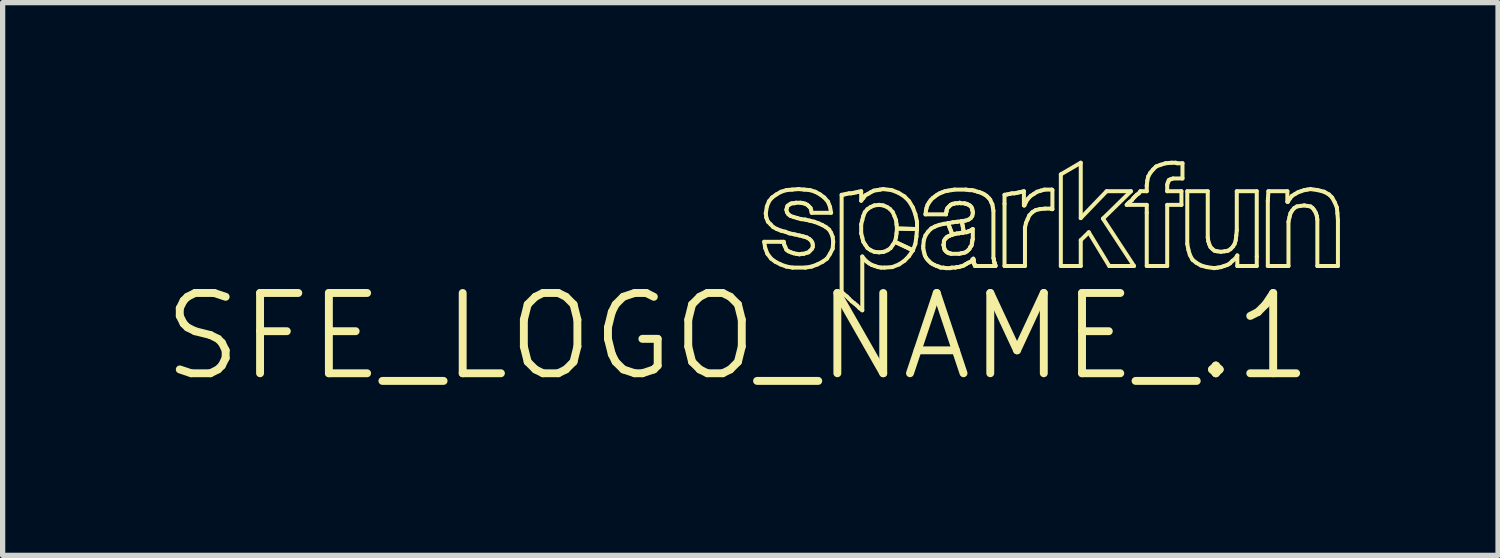
<source format=kicad_pcb>
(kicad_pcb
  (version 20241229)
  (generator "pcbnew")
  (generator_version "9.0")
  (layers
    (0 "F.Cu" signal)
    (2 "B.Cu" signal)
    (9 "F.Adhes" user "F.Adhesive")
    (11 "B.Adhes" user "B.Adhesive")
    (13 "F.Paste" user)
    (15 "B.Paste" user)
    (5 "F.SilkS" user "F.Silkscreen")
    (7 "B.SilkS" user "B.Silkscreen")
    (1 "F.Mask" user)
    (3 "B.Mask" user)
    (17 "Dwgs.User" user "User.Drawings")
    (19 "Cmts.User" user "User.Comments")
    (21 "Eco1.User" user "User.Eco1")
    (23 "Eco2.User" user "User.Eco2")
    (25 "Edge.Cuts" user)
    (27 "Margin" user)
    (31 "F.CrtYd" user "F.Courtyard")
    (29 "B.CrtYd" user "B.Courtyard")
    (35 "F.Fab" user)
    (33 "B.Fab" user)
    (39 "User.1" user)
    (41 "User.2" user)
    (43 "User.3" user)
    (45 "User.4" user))
  (footprint "SFE_LOGO_NAME_.1"
    (layer "F.Cu")
    (at 10.958 3.338)
    (property "Reference" "SFE_LOGO_NAME_.1" (at 0 0 0) (layer "F.SilkS") (effects (font (size 1.524 1.524) (thickness 0.15))))
    (attr exclude_from_pos_files exclude_from_bom)
    (fp_line (start 0.498 -1.798) (end 0.818 -1.798) (stroke (width 0.076) (type solid)) (layer "F.SilkS"))
    (fp_line (start 0.518 -1.679) (end 0.498 -1.798) (stroke (width 0.076) (type solid)) (layer "F.SilkS"))
    (fp_line (start 0.528 -2.339) (end 0.549 -2.469) (stroke (width 0.076) (type solid)) (layer "F.SilkS"))
    (fp_line (start 0.538 -2.258) (end 0.528 -2.339) (stroke (width 0.076) (type solid)) (layer "F.SilkS"))
    (fp_line (start 0.549 -2.469) (end 0.589 -2.568) (stroke (width 0.076) (type solid)) (layer "F.SilkS"))
    (fp_line (start 0.559 -1.57) (end 0.518 -1.679) (stroke (width 0.076) (type solid)) (layer "F.SilkS"))
    (fp_line (start 0.569 -2.179) (end 0.538 -2.258) (stroke (width 0.076) (type solid)) (layer "F.SilkS"))
    (fp_line (start 0.589 -2.568) (end 0.648 -2.639) (stroke (width 0.076) (type solid)) (layer "F.SilkS"))
    (fp_line (start 0.62 -2.129) (end 0.569 -2.179) (stroke (width 0.076) (type solid)) (layer "F.SilkS"))
    (fp_line (start 0.63 -1.478) (end 0.559 -1.57) (stroke (width 0.076) (type solid)) (layer "F.SilkS"))
    (fp_line (start 0.648 -2.639) (end 0.729 -2.697) (stroke (width 0.076) (type solid)) (layer "F.SilkS"))
    (fp_line (start 0.668 -2.078) (end 0.62 -2.129) (stroke (width 0.076) (type solid)) (layer "F.SilkS"))
    (fp_line (start 0.709 -1.42) (end 0.63 -1.478) (stroke (width 0.076) (type solid)) (layer "F.SilkS"))
    (fp_line (start 0.729 -2.697) (end 0.818 -2.748) (stroke (width 0.076) (type solid)) (layer "F.SilkS"))
    (fp_line (start 0.739 -2.04) (end 0.668 -2.078) (stroke (width 0.076) (type solid)) (layer "F.SilkS"))
    (fp_line (start 0.808 -1.369) (end 0.709 -1.42) (stroke (width 0.076) (type solid)) (layer "F.SilkS"))
    (fp_line (start 0.818 -2.748) (end 0.919 -2.779) (stroke (width 0.076) (type solid)) (layer "F.SilkS"))
    (fp_line (start 0.818 -2.009) (end 0.739 -2.04) (stroke (width 0.076) (type solid)) (layer "F.SilkS"))
    (fp_line (start 0.818 -1.798) (end 0.869 -1.798) (stroke (width 0.076) (type solid)) (layer "F.SilkS"))
    (fp_line (start 0.869 -1.798) (end 0.879 -1.74) (stroke (width 0.076) (type solid)) (layer "F.SilkS"))
    (fp_line (start 0.879 -1.74) (end 0.899 -1.699) (stroke (width 0.076) (type solid)) (layer "F.SilkS"))
    (fp_line (start 0.899 -1.989) (end 0.818 -2.009) (stroke (width 0.076) (type solid)) (layer "F.SilkS"))
    (fp_line (start 0.899 -1.699) (end 0.919 -1.648) (stroke (width 0.076) (type solid)) (layer "F.SilkS"))
    (fp_line (start 0.919 -2.779) (end 1.029 -2.789) (stroke (width 0.076) (type solid)) (layer "F.SilkS"))
    (fp_line (start 0.919 -2.408) (end 0.93 -2.36) (stroke (width 0.076) (type solid)) (layer "F.SilkS"))
    (fp_line (start 0.919 -1.648) (end 0.958 -1.618) (stroke (width 0.076) (type solid)) (layer "F.SilkS"))
    (fp_line (start 0.919 -1.328) (end 0.808 -1.369) (stroke (width 0.076) (type solid)) (layer "F.SilkS"))
    (fp_line (start 0.93 -2.449) (end 0.919 -2.408) (stroke (width 0.076) (type solid)) (layer "F.SilkS"))
    (fp_line (start 0.93 -2.36) (end 0.958 -2.319) (stroke (width 0.076) (type solid)) (layer "F.SilkS"))
    (fp_line (start 0.94 -2.479) (end 0.93 -2.449) (stroke (width 0.076) (type solid)) (layer "F.SilkS"))
    (fp_line (start 0.958 -2.319) (end 0.998 -2.289) (stroke (width 0.076) (type solid)) (layer "F.SilkS"))
    (fp_line (start 0.958 -1.618) (end 1.008 -1.598) (stroke (width 0.076) (type solid)) (layer "F.SilkS"))
    (fp_line (start 0.968 -2.499) (end 0.94 -2.479) (stroke (width 0.076) (type solid)) (layer "F.SilkS"))
    (fp_line (start 0.978 -1.958) (end 0.899 -1.989) (stroke (width 0.076) (type solid)) (layer "F.SilkS"))
    (fp_line (start 0.998 -2.52) (end 0.968 -2.499) (stroke (width 0.076) (type solid)) (layer "F.SilkS"))
    (fp_line (start 0.998 -2.289) (end 1.059 -2.268) (stroke (width 0.076) (type solid)) (layer "F.SilkS"))
    (fp_line (start 1.008 -1.598) (end 1.059 -1.58) (stroke (width 0.076) (type solid)) (layer "F.SilkS"))
    (fp_line (start 1.029 -2.789) (end 1.148 -2.799) (stroke (width 0.076) (type solid)) (layer "F.SilkS"))
    (fp_line (start 1.029 -2.53) (end 0.998 -2.52) (stroke (width 0.076) (type solid)) (layer "F.SilkS"))
    (fp_line (start 1.039 -1.308) (end 0.919 -1.328) (stroke (width 0.076) (type solid)) (layer "F.SilkS"))
    (fp_line (start 1.059 -2.268) (end 1.128 -2.248) (stroke (width 0.076) (type solid)) (layer "F.SilkS"))
    (fp_line (start 1.059 -1.58) (end 1.11 -1.57) (stroke (width 0.076) (type solid)) (layer "F.SilkS"))
    (fp_line (start 1.069 -2.53) (end 1.029 -2.53) (stroke (width 0.076) (type solid)) (layer "F.SilkS"))
    (fp_line (start 1.079 -1.938) (end 0.978 -1.958) (stroke (width 0.076) (type solid)) (layer "F.SilkS"))
    (fp_line (start 1.1 -2.54) (end 1.069 -2.53) (stroke (width 0.076) (type solid)) (layer "F.SilkS"))
    (fp_line (start 1.11 -1.57) (end 1.168 -1.56) (stroke (width 0.076) (type solid)) (layer "F.SilkS"))
    (fp_line (start 1.128 -2.248) (end 1.199 -2.228) (stroke (width 0.076) (type solid)) (layer "F.SilkS"))
    (fp_line (start 1.148 -2.799) (end 1.26 -2.789) (stroke (width 0.076) (type solid)) (layer "F.SilkS"))
    (fp_line (start 1.168 -1.918) (end 1.079 -1.938) (stroke (width 0.076) (type solid)) (layer "F.SilkS"))
    (fp_line (start 1.168 -1.56) (end 1.209 -1.57) (stroke (width 0.076) (type solid)) (layer "F.SilkS"))
    (fp_line (start 1.189 -2.54) (end 1.1 -2.54) (stroke (width 0.076) (type solid)) (layer "F.SilkS"))
    (fp_line (start 1.199 -2.228) (end 1.278 -2.22) (stroke (width 0.076) (type solid)) (layer "F.SilkS"))
    (fp_line (start 1.209 -1.57) (end 1.25 -1.57) (stroke (width 0.076) (type solid)) (layer "F.SilkS"))
    (fp_line (start 1.24 -2.53) (end 1.189 -2.54) (stroke (width 0.076) (type solid)) (layer "F.SilkS"))
    (fp_line (start 1.24 -1.9) (end 1.168 -1.918) (stroke (width 0.076) (type solid)) (layer "F.SilkS"))
    (fp_line (start 1.25 -1.57) (end 1.298 -1.587) (stroke (width 0.076) (type solid)) (layer "F.SilkS"))
    (fp_line (start 1.26 -2.789) (end 1.369 -2.779) (stroke (width 0.076) (type solid)) (layer "F.SilkS"))
    (fp_line (start 1.278 -2.52) (end 1.24 -2.53) (stroke (width 0.076) (type solid)) (layer "F.SilkS"))
    (fp_line (start 1.278 -2.22) (end 1.359 -2.2) (stroke (width 0.076) (type solid)) (layer "F.SilkS"))
    (fp_line (start 1.278 -1.308) (end 1.039 -1.308) (stroke (width 0.076) (type solid)) (layer "F.SilkS"))
    (fp_line (start 1.298 -1.587) (end 1.339 -1.598) (stroke (width 0.076) (type solid)) (layer "F.SilkS"))
    (fp_line (start 1.308 -1.88) (end 1.24 -1.9) (stroke (width 0.076) (type solid)) (layer "F.SilkS"))
    (fp_line (start 1.318 -2.499) (end 1.278 -2.52) (stroke (width 0.076) (type solid)) (layer "F.SilkS"))
    (fp_line (start 1.339 -1.598) (end 1.369 -1.628) (stroke (width 0.076) (type solid)) (layer "F.SilkS"))
    (fp_line (start 1.349 -2.469) (end 1.318 -2.499) (stroke (width 0.076) (type solid)) (layer "F.SilkS"))
    (fp_line (start 1.359 -2.2) (end 1.448 -2.179) (stroke (width 0.076) (type solid)) (layer "F.SilkS"))
    (fp_line (start 1.359 -1.849) (end 1.308 -1.88) (stroke (width 0.076) (type solid)) (layer "F.SilkS"))
    (fp_line (start 1.369 -2.779) (end 1.468 -2.748) (stroke (width 0.076) (type solid)) (layer "F.SilkS"))
    (fp_line (start 1.369 -1.628) (end 1.4 -1.659) (stroke (width 0.076) (type solid)) (layer "F.SilkS"))
    (fp_line (start 1.379 -2.438) (end 1.349 -2.469) (stroke (width 0.076) (type solid)) (layer "F.SilkS"))
    (fp_line (start 1.389 -2.398) (end 1.379 -2.438) (stroke (width 0.076) (type solid)) (layer "F.SilkS"))
    (fp_line (start 1.389 -1.819) (end 1.359 -1.849) (stroke (width 0.076) (type solid)) (layer "F.SilkS"))
    (fp_line (start 1.4 -2.349) (end 1.389 -2.398) (stroke (width 0.076) (type solid)) (layer "F.SilkS"))
    (fp_line (start 1.4 -1.659) (end 1.42 -1.699) (stroke (width 0.076) (type solid)) (layer "F.SilkS"))
    (fp_line (start 1.4 -1.328) (end 1.278 -1.308) (stroke (width 0.076) (type solid)) (layer "F.SilkS"))
    (fp_line (start 1.41 -1.788) (end 1.389 -1.819) (stroke (width 0.076) (type solid)) (layer "F.SilkS"))
    (fp_line (start 1.42 -1.748) (end 1.41 -1.788) (stroke (width 0.076) (type solid)) (layer "F.SilkS"))
    (fp_line (start 1.42 -1.699) (end 1.42 -1.748) (stroke (width 0.076) (type solid)) (layer "F.SilkS"))
    (fp_line (start 1.448 -2.179) (end 1.529 -2.149) (stroke (width 0.076) (type solid)) (layer "F.SilkS"))
    (fp_line (start 1.468 -2.748) (end 1.56 -2.697) (stroke (width 0.076) (type solid)) (layer "F.SilkS"))
    (fp_line (start 1.509 -1.369) (end 1.4 -1.328) (stroke (width 0.076) (type solid)) (layer "F.SilkS"))
    (fp_line (start 1.529 -2.149) (end 1.598 -2.118) (stroke (width 0.076) (type solid)) (layer "F.SilkS"))
    (fp_line (start 1.56 -2.697) (end 1.638 -2.639) (stroke (width 0.076) (type solid)) (layer "F.SilkS"))
    (fp_line (start 1.598 -2.118) (end 1.669 -2.078) (stroke (width 0.076) (type solid)) (layer "F.SilkS"))
    (fp_line (start 1.608 -1.42) (end 1.509 -1.369) (stroke (width 0.076) (type solid)) (layer "F.SilkS"))
    (fp_line (start 1.638 -2.639) (end 1.709 -2.558) (stroke (width 0.076) (type solid)) (layer "F.SilkS"))
    (fp_line (start 1.669 -2.078) (end 1.73 -2.029) (stroke (width 0.076) (type solid)) (layer "F.SilkS"))
    (fp_line (start 1.689 -1.478) (end 1.608 -1.42) (stroke (width 0.076) (type solid)) (layer "F.SilkS"))
    (fp_line (start 1.709 -2.558) (end 1.748 -2.459) (stroke (width 0.076) (type solid)) (layer "F.SilkS"))
    (fp_line (start 1.73 -2.029) (end 1.768 -1.968) (stroke (width 0.076) (type solid)) (layer "F.SilkS"))
    (fp_line (start 1.748 -2.459) (end 1.768 -2.349) (stroke (width 0.076) (type solid)) (layer "F.SilkS"))
    (fp_line (start 1.748 -1.57) (end 1.689 -1.478) (stroke (width 0.076) (type solid)) (layer "F.SilkS"))
    (fp_line (start 1.768 -2.349) (end 1.4 -2.349) (stroke (width 0.076) (type solid)) (layer "F.SilkS"))
    (fp_line (start 1.768 -1.968) (end 1.798 -1.89) (stroke (width 0.076) (type solid)) (layer "F.SilkS"))
    (fp_line (start 1.798 -1.89) (end 1.808 -1.798) (stroke (width 0.076) (type solid)) (layer "F.SilkS"))
    (fp_line (start 1.798 -1.669) (end 1.748 -1.57) (stroke (width 0.076) (type solid)) (layer "F.SilkS"))
    (fp_line (start 1.808 -1.798) (end 1.798 -1.669) (stroke (width 0.076) (type solid)) (layer "F.SilkS"))
    (fp_line (start 1.968 -2.69) (end 2.019 -2.697) (stroke (width 0.076) (type solid)) (layer "F.SilkS"))
    (fp_line (start 1.968 -0.848) (end 1.968 -2.69) (stroke (width 0.076) (type solid)) (layer "F.SilkS"))
    (fp_line (start 2.019 -2.697) (end 2.06 -2.708) (stroke (width 0.076) (type solid)) (layer "F.SilkS"))
    (fp_line (start 2.019 -0.798) (end 1.968 -0.848) (stroke (width 0.076) (type solid)) (layer "F.SilkS"))
    (fp_line (start 2.06 -2.708) (end 2.108 -2.718) (stroke (width 0.076) (type solid)) (layer "F.SilkS"))
    (fp_line (start 2.068 -0.759) (end 2.019 -0.798) (stroke (width 0.076) (type solid)) (layer "F.SilkS"))
    (fp_line (start 2.108 -2.718) (end 2.149 -2.718) (stroke (width 0.076) (type solid)) (layer "F.SilkS"))
    (fp_line (start 2.108 -0.719) (end 2.068 -0.759) (stroke (width 0.076) (type solid)) (layer "F.SilkS"))
    (fp_line (start 2.149 -2.718) (end 2.2 -2.728) (stroke (width 0.076) (type solid)) (layer "F.SilkS"))
    (fp_line (start 2.159 -0.668) (end 2.108 -0.719) (stroke (width 0.076) (type solid)) (layer "F.SilkS"))
    (fp_line (start 2.2 -2.728) (end 2.248 -2.738) (stroke (width 0.076) (type solid)) (layer "F.SilkS"))
    (fp_line (start 2.21 -0.63) (end 2.159 -0.668) (stroke (width 0.076) (type solid)) (layer "F.SilkS"))
    (fp_line (start 2.248 -2.738) (end 2.289 -2.748) (stroke (width 0.076) (type solid)) (layer "F.SilkS"))
    (fp_line (start 2.258 -0.589) (end 2.21 -0.63) (stroke (width 0.076) (type solid)) (layer "F.SilkS"))
    (fp_line (start 2.289 -2.748) (end 2.339 -2.758) (stroke (width 0.076) (type solid)) (layer "F.SilkS"))
    (fp_line (start 2.309 -0.538) (end 2.258 -0.589) (stroke (width 0.076) (type solid)) (layer "F.SilkS"))
    (fp_line (start 2.339 -2.758) (end 2.339 -2.578) (stroke (width 0.076) (type solid)) (layer "F.SilkS"))
    (fp_line (start 2.339 -2.578) (end 2.38 -2.629) (stroke (width 0.076) (type solid)) (layer "F.SilkS"))
    (fp_line (start 2.339 -2.129) (end 2.339 -1.958) (stroke (width 0.076) (type solid)) (layer "F.SilkS"))
    (fp_line (start 2.339 -1.958) (end 2.36 -1.88) (stroke (width 0.076) (type solid)) (layer "F.SilkS"))
    (fp_line (start 2.36 -2.21) (end 2.339 -2.129) (stroke (width 0.076) (type solid)) (layer "F.SilkS"))
    (fp_line (start 2.36 -1.88) (end 2.38 -1.798) (stroke (width 0.076) (type solid)) (layer "F.SilkS"))
    (fp_line (start 2.36 -1.519) (end 2.36 -0.498) (stroke (width 0.076) (type solid)) (layer "F.SilkS"))
    (fp_line (start 2.36 -0.498) (end 2.309 -0.538) (stroke (width 0.076) (type solid)) (layer "F.SilkS"))
    (fp_line (start 2.38 -2.629) (end 2.418 -2.68) (stroke (width 0.076) (type solid)) (layer "F.SilkS"))
    (fp_line (start 2.38 -2.289) (end 2.36 -2.21) (stroke (width 0.076) (type solid)) (layer "F.SilkS"))
    (fp_line (start 2.38 -1.798) (end 2.418 -1.74) (stroke (width 0.076) (type solid)) (layer "F.SilkS"))
    (fp_line (start 2.398 -1.468) (end 2.36 -1.519) (stroke (width 0.076) (type solid)) (layer "F.SilkS"))
    (fp_line (start 2.408 -2.36) (end 2.38 -2.289) (stroke (width 0.076) (type solid)) (layer "F.SilkS"))
    (fp_line (start 2.418 -2.68) (end 2.469 -2.708) (stroke (width 0.076) (type solid)) (layer "F.SilkS"))
    (fp_line (start 2.418 -1.74) (end 2.459 -1.679) (stroke (width 0.076) (type solid)) (layer "F.SilkS"))
    (fp_line (start 2.438 -1.427) (end 2.398 -1.468) (stroke (width 0.076) (type solid)) (layer "F.SilkS"))
    (fp_line (start 2.459 -2.418) (end 2.408 -2.36) (stroke (width 0.076) (type solid)) (layer "F.SilkS"))
    (fp_line (start 2.459 -1.679) (end 2.52 -1.638) (stroke (width 0.076) (type solid)) (layer "F.SilkS"))
    (fp_line (start 2.469 -2.708) (end 2.52 -2.738) (stroke (width 0.076) (type solid)) (layer "F.SilkS"))
    (fp_line (start 2.489 -1.389) (end 2.438 -1.427) (stroke (width 0.076) (type solid)) (layer "F.SilkS"))
    (fp_line (start 2.52 -2.738) (end 2.578 -2.769) (stroke (width 0.076) (type solid)) (layer "F.SilkS"))
    (fp_line (start 2.52 -2.459) (end 2.459 -2.418) (stroke (width 0.076) (type solid)) (layer "F.SilkS"))
    (fp_line (start 2.52 -1.638) (end 2.588 -1.608) (stroke (width 0.076) (type solid)) (layer "F.SilkS"))
    (fp_line (start 2.54 -1.359) (end 2.489 -1.389) (stroke (width 0.076) (type solid)) (layer "F.SilkS"))
    (fp_line (start 2.578 -2.769) (end 2.639 -2.779) (stroke (width 0.076) (type solid)) (layer "F.SilkS"))
    (fp_line (start 2.588 -2.489) (end 2.52 -2.459) (stroke (width 0.076) (type solid)) (layer "F.SilkS"))
    (fp_line (start 2.588 -1.608) (end 2.68 -1.598) (stroke (width 0.076) (type solid)) (layer "F.SilkS"))
    (fp_line (start 2.598 -1.339) (end 2.54 -1.359) (stroke (width 0.076) (type solid)) (layer "F.SilkS"))
    (fp_line (start 2.639 -2.779) (end 2.697 -2.789) (stroke (width 0.076) (type solid)) (layer "F.SilkS"))
    (fp_line (start 2.659 -1.318) (end 2.598 -1.339) (stroke (width 0.076) (type solid)) (layer "F.SilkS"))
    (fp_line (start 2.68 -2.499) (end 2.588 -2.489) (stroke (width 0.076) (type solid)) (layer "F.SilkS"))
    (fp_line (start 2.68 -1.598) (end 2.769 -1.608) (stroke (width 0.076) (type solid)) (layer "F.SilkS"))
    (fp_line (start 2.697 -2.789) (end 2.758 -2.799) (stroke (width 0.076) (type solid)) (layer "F.SilkS"))
    (fp_line (start 2.718 -1.308) (end 2.659 -1.318) (stroke (width 0.076) (type solid)) (layer "F.SilkS"))
    (fp_line (start 2.758 -2.799) (end 2.918 -2.779) (stroke (width 0.076) (type solid)) (layer "F.SilkS"))
    (fp_line (start 2.758 -2.489) (end 2.68 -2.499) (stroke (width 0.076) (type solid)) (layer "F.SilkS"))
    (fp_line (start 2.769 -1.608) (end 2.84 -1.638) (stroke (width 0.076) (type solid)) (layer "F.SilkS"))
    (fp_line (start 2.779 -1.308) (end 2.718 -1.308) (stroke (width 0.076) (type solid)) (layer "F.SilkS"))
    (fp_line (start 2.83 -2.459) (end 2.758 -2.489) (stroke (width 0.076) (type solid)) (layer "F.SilkS"))
    (fp_line (start 2.84 -1.638) (end 2.898 -1.679) (stroke (width 0.076) (type solid)) (layer "F.SilkS"))
    (fp_line (start 2.888 -2.418) (end 2.83 -2.459) (stroke (width 0.076) (type solid)) (layer "F.SilkS"))
    (fp_line (start 2.898 -1.679) (end 2.939 -1.74) (stroke (width 0.076) (type solid)) (layer "F.SilkS"))
    (fp_line (start 2.918 -2.779) (end 3.048 -2.728) (stroke (width 0.076) (type solid)) (layer "F.SilkS"))
    (fp_line (start 2.929 -1.318) (end 2.779 -1.308) (stroke (width 0.076) (type solid)) (layer "F.SilkS"))
    (fp_line (start 2.939 -2.36) (end 2.888 -2.418) (stroke (width 0.076) (type solid)) (layer "F.SilkS"))
    (fp_line (start 2.939 -1.74) (end 2.979 -1.798) (stroke (width 0.076) (type solid)) (layer "F.SilkS"))
    (fp_line (start 2.969 -2.289) (end 2.939 -2.36) (stroke (width 0.076) (type solid)) (layer "F.SilkS"))
    (fp_line (start 2.979 -1.798) (end 3 -1.88) (stroke (width 0.076) (type solid)) (layer "F.SilkS"))
    (fp_line (start 2.979 -1.798) (end 3.32 -1.638) (stroke (width 0.076) (type solid)) (layer "F.SilkS"))
    (fp_line (start 3 -2.21) (end 2.969 -2.289) (stroke (width 0.076) (type solid)) (layer "F.SilkS"))
    (fp_line (start 3 -1.88) (end 3.01 -1.958) (stroke (width 0.076) (type solid)) (layer "F.SilkS"))
    (fp_line (start 3.01 -2.129) (end 3 -2.21) (stroke (width 0.076) (type solid)) (layer "F.SilkS"))
    (fp_line (start 3.01 -1.958) (end 3.018 -2.05) (stroke (width 0.076) (type solid)) (layer "F.SilkS"))
    (fp_line (start 3.018 -2.05) (end 3.01 -2.129) (stroke (width 0.076) (type solid)) (layer "F.SilkS"))
    (fp_line (start 3.018 -2.05) (end 3.399 -2.04) (stroke (width 0.076) (type solid)) (layer "F.SilkS"))
    (fp_line (start 3.048 -2.728) (end 3.16 -2.659) (stroke (width 0.076) (type solid)) (layer "F.SilkS"))
    (fp_line (start 3.058 -1.369) (end 2.929 -1.318) (stroke (width 0.076) (type solid)) (layer "F.SilkS"))
    (fp_line (start 3.16 -2.659) (end 3.249 -2.568) (stroke (width 0.076) (type solid)) (layer "F.SilkS"))
    (fp_line (start 3.16 -1.438) (end 3.058 -1.369) (stroke (width 0.076) (type solid)) (layer "F.SilkS"))
    (fp_line (start 3.249 -2.568) (end 3.32 -2.449) (stroke (width 0.076) (type solid)) (layer "F.SilkS"))
    (fp_line (start 3.249 -1.529) (end 3.16 -1.438) (stroke (width 0.076) (type solid)) (layer "F.SilkS"))
    (fp_line (start 3.32 -2.449) (end 3.368 -2.319) (stroke (width 0.076) (type solid)) (layer "F.SilkS"))
    (fp_line (start 3.32 -1.638) (end 2.979 -1.798) (stroke (width 0.076) (type solid)) (layer "F.SilkS"))
    (fp_line (start 3.32 -1.638) (end 3.249 -1.529) (stroke (width 0.076) (type solid)) (layer "F.SilkS"))
    (fp_line (start 3.368 -2.319) (end 3.399 -2.179) (stroke (width 0.076) (type solid)) (layer "F.SilkS"))
    (fp_line (start 3.368 -1.758) (end 3.32 -1.638) (stroke (width 0.076) (type solid)) (layer "F.SilkS"))
    (fp_line (start 3.388 -1.9) (end 3.368 -1.758) (stroke (width 0.076) (type solid)) (layer "F.SilkS"))
    (fp_line (start 3.399 -2.179) (end 3.399 -2.04) (stroke (width 0.076) (type solid)) (layer "F.SilkS"))
    (fp_line (start 3.399 -2.04) (end 3.018 -2.05) (stroke (width 0.076) (type solid)) (layer "F.SilkS"))
    (fp_line (start 3.399 -2.04) (end 3.388 -1.9) (stroke (width 0.076) (type solid)) (layer "F.SilkS"))
    (fp_line (start 3.518 -1.72) (end 3.528 -1.829) (stroke (width 0.076) (type solid)) (layer "F.SilkS"))
    (fp_line (start 3.518 -1.669) (end 3.518 -1.72) (stroke (width 0.076) (type solid)) (layer "F.SilkS"))
    (fp_line (start 3.528 -1.829) (end 3.559 -1.918) (stroke (width 0.076) (type solid)) (layer "F.SilkS"))
    (fp_line (start 3.528 -1.618) (end 3.518 -1.669) (stroke (width 0.076) (type solid)) (layer "F.SilkS"))
    (fp_line (start 3.538 -1.58) (end 3.528 -1.618) (stroke (width 0.076) (type solid)) (layer "F.SilkS"))
    (fp_line (start 3.548 -1.539) (end 3.538 -1.58) (stroke (width 0.076) (type solid)) (layer "F.SilkS"))
    (fp_line (start 3.559 -2.319) (end 3.569 -2.388) (stroke (width 0.076) (type solid)) (layer "F.SilkS"))
    (fp_line (start 3.559 -1.918) (end 3.609 -1.989) (stroke (width 0.076) (type solid)) (layer "F.SilkS"))
    (fp_line (start 3.569 -2.388) (end 3.579 -2.438) (stroke (width 0.076) (type solid)) (layer "F.SilkS"))
    (fp_line (start 3.569 -1.499) (end 3.548 -1.539) (stroke (width 0.076) (type solid)) (layer "F.SilkS"))
    (fp_line (start 3.579 -2.438) (end 3.599 -2.499) (stroke (width 0.076) (type solid)) (layer "F.SilkS"))
    (fp_line (start 3.599 -2.499) (end 3.63 -2.548) (stroke (width 0.076) (type solid)) (layer "F.SilkS"))
    (fp_line (start 3.599 -1.458) (end 3.569 -1.499) (stroke (width 0.076) (type solid)) (layer "F.SilkS"))
    (fp_line (start 3.609 -1.989) (end 3.668 -2.05) (stroke (width 0.076) (type solid)) (layer "F.SilkS"))
    (fp_line (start 3.63 -2.548) (end 3.658 -2.588) (stroke (width 0.076) (type solid)) (layer "F.SilkS"))
    (fp_line (start 3.63 -1.427) (end 3.599 -1.458) (stroke (width 0.076) (type solid)) (layer "F.SilkS"))
    (fp_line (start 3.658 -2.588) (end 3.698 -2.629) (stroke (width 0.076) (type solid)) (layer "F.SilkS"))
    (fp_line (start 3.658 -1.4) (end 3.63 -1.427) (stroke (width 0.076) (type solid)) (layer "F.SilkS"))
    (fp_line (start 3.668 -2.05) (end 3.739 -2.088) (stroke (width 0.076) (type solid)) (layer "F.SilkS"))
    (fp_line (start 3.688 -1.379) (end 3.658 -1.4) (stroke (width 0.076) (type solid)) (layer "F.SilkS"))
    (fp_line (start 3.698 -2.629) (end 3.739 -2.659) (stroke (width 0.076) (type solid)) (layer "F.SilkS"))
    (fp_line (start 3.729 -1.359) (end 3.688 -1.379) (stroke (width 0.076) (type solid)) (layer "F.SilkS"))
    (fp_line (start 3.739 -2.659) (end 3.78 -2.69) (stroke (width 0.076) (type solid)) (layer "F.SilkS"))
    (fp_line (start 3.739 -2.088) (end 3.818 -2.118) (stroke (width 0.076) (type solid)) (layer "F.SilkS"))
    (fp_line (start 3.769 -1.339) (end 3.729 -1.359) (stroke (width 0.076) (type solid)) (layer "F.SilkS"))
    (fp_line (start 3.78 -2.69) (end 3.828 -2.718) (stroke (width 0.076) (type solid)) (layer "F.SilkS"))
    (fp_line (start 3.81 -1.328) (end 3.769 -1.339) (stroke (width 0.076) (type solid)) (layer "F.SilkS"))
    (fp_line (start 3.818 -2.118) (end 3.909 -2.139) (stroke (width 0.076) (type solid)) (layer "F.SilkS"))
    (fp_line (start 3.828 -2.718) (end 3.879 -2.738) (stroke (width 0.076) (type solid)) (layer "F.SilkS"))
    (fp_line (start 3.848 -1.308) (end 3.81 -1.328) (stroke (width 0.076) (type solid)) (layer "F.SilkS"))
    (fp_line (start 3.879 -2.738) (end 3.929 -2.758) (stroke (width 0.076) (type solid)) (layer "F.SilkS"))
    (fp_line (start 3.899 -1.74) (end 3.909 -1.72) (stroke (width 0.076) (type solid)) (layer "F.SilkS"))
    (fp_line (start 3.899 -1.308) (end 3.848 -1.308) (stroke (width 0.076) (type solid)) (layer "F.SilkS"))
    (fp_line (start 3.909 -2.139) (end 3.988 -2.149) (stroke (width 0.076) (type solid)) (layer "F.SilkS"))
    (fp_line (start 3.909 -1.808) (end 3.909 -1.768) (stroke (width 0.076) (type solid)) (layer "F.SilkS"))
    (fp_line (start 3.909 -1.768) (end 3.899 -1.74) (stroke (width 0.076) (type solid)) (layer "F.SilkS"))
    (fp_line (start 3.909 -1.72) (end 3.909 -1.699) (stroke (width 0.076) (type solid)) (layer "F.SilkS"))
    (fp_line (start 3.909 -1.699) (end 3.919 -1.669) (stroke (width 0.076) (type solid)) (layer "F.SilkS"))
    (fp_line (start 3.919 -1.829) (end 3.909 -1.808) (stroke (width 0.076) (type solid)) (layer "F.SilkS"))
    (fp_line (start 3.919 -1.669) (end 3.919 -1.659) (stroke (width 0.076) (type solid)) (layer "F.SilkS"))
    (fp_line (start 3.919 -1.659) (end 3.929 -1.638) (stroke (width 0.076) (type solid)) (layer "F.SilkS"))
    (fp_line (start 3.929 -2.758) (end 3.988 -2.769) (stroke (width 0.076) (type solid)) (layer "F.SilkS"))
    (fp_line (start 3.929 -1.849) (end 3.919 -1.829) (stroke (width 0.076) (type solid)) (layer "F.SilkS"))
    (fp_line (start 3.929 -1.638) (end 3.95 -1.618) (stroke (width 0.076) (type solid)) (layer "F.SilkS"))
    (fp_line (start 3.95 -2.349) (end 3.95 -2.319) (stroke (width 0.076) (type solid)) (layer "F.SilkS"))
    (fp_line (start 3.95 -2.319) (end 3.559 -2.319) (stroke (width 0.076) (type solid)) (layer "F.SilkS"))
    (fp_line (start 3.95 -1.869) (end 3.929 -1.849) (stroke (width 0.076) (type solid)) (layer "F.SilkS"))
    (fp_line (start 3.95 -1.618) (end 3.96 -1.608) (stroke (width 0.076) (type solid)) (layer "F.SilkS"))
    (fp_line (start 3.95 -1.298) (end 3.899 -1.308) (stroke (width 0.076) (type solid)) (layer "F.SilkS"))
    (fp_line (start 3.96 -2.398) (end 3.96 -2.37) (stroke (width 0.076) (type solid)) (layer "F.SilkS"))
    (fp_line (start 3.96 -2.37) (end 3.95 -2.349) (stroke (width 0.076) (type solid)) (layer "F.SilkS"))
    (fp_line (start 3.96 -1.88) (end 3.95 -1.869) (stroke (width 0.076) (type solid)) (layer "F.SilkS"))
    (fp_line (start 3.96 -1.608) (end 3.978 -1.598) (stroke (width 0.076) (type solid)) (layer "F.SilkS"))
    (fp_line (start 3.967 -2.418) (end 3.96 -2.398) (stroke (width 0.076) (type solid)) (layer "F.SilkS"))
    (fp_line (start 3.967 -1.89) (end 3.96 -1.88) (stroke (width 0.076) (type solid)) (layer "F.SilkS"))
    (fp_line (start 3.978 -2.438) (end 3.967 -2.418) (stroke (width 0.076) (type solid)) (layer "F.SilkS"))
    (fp_line (start 3.978 -1.598) (end 3.988 -1.587) (stroke (width 0.076) (type solid)) (layer "F.SilkS"))
    (fp_line (start 3.988 -2.769) (end 4.049 -2.779) (stroke (width 0.076) (type solid)) (layer "F.SilkS"))
    (fp_line (start 3.988 -2.149) (end 4.069 -1.938) (stroke (width 0.076) (type solid)) (layer "F.SilkS"))
    (fp_line (start 3.988 -2.149) (end 4.079 -2.169) (stroke (width 0.076) (type solid)) (layer "F.SilkS"))
    (fp_line (start 3.988 -1.9) (end 3.967 -1.89) (stroke (width 0.076) (type solid)) (layer "F.SilkS"))
    (fp_line (start 3.988 -1.587) (end 4.008 -1.58) (stroke (width 0.076) (type solid)) (layer "F.SilkS"))
    (fp_line (start 3.998 -2.459) (end 3.978 -2.438) (stroke (width 0.076) (type solid)) (layer "F.SilkS"))
    (fp_line (start 4.008 -2.469) (end 3.998 -2.459) (stroke (width 0.076) (type solid)) (layer "F.SilkS"))
    (fp_line (start 4.008 -1.908) (end 3.988 -1.9) (stroke (width 0.076) (type solid)) (layer "F.SilkS"))
    (fp_line (start 4.008 -1.58) (end 4.028 -1.58) (stroke (width 0.076) (type solid)) (layer "F.SilkS"))
    (fp_line (start 4.028 -2.489) (end 4.008 -2.469) (stroke (width 0.076) (type solid)) (layer "F.SilkS"))
    (fp_line (start 4.028 -1.918) (end 4.008 -1.908) (stroke (width 0.076) (type solid)) (layer "F.SilkS"))
    (fp_line (start 4.028 -1.58) (end 4.049 -1.57) (stroke (width 0.076) (type solid)) (layer "F.SilkS"))
    (fp_line (start 4.028 -1.298) (end 3.95 -1.298) (stroke (width 0.076) (type solid)) (layer "F.SilkS"))
    (fp_line (start 4.039 -2.499) (end 4.028 -2.489) (stroke (width 0.076) (type solid)) (layer "F.SilkS"))
    (fp_line (start 4.049 -2.779) (end 4.11 -2.789) (stroke (width 0.076) (type solid)) (layer "F.SilkS"))
    (fp_line (start 4.049 -1.928) (end 4.028 -1.918) (stroke (width 0.076) (type solid)) (layer "F.SilkS"))
    (fp_line (start 4.049 -1.57) (end 4.199 -1.57) (stroke (width 0.076) (type solid)) (layer "F.SilkS"))
    (fp_line (start 4.059 -2.51) (end 4.039 -2.499) (stroke (width 0.076) (type solid)) (layer "F.SilkS"))
    (fp_line (start 4.059 -1.308) (end 4.028 -1.298) (stroke (width 0.076) (type solid)) (layer "F.SilkS"))
    (fp_line (start 4.069 -1.938) (end 3.988 -2.149) (stroke (width 0.076) (type solid)) (layer "F.SilkS"))
    (fp_line (start 4.069 -1.938) (end 4.049 -1.928) (stroke (width 0.076) (type solid)) (layer "F.SilkS"))
    (fp_line (start 4.079 -2.52) (end 4.059 -2.51) (stroke (width 0.076) (type solid)) (layer "F.SilkS"))
    (fp_line (start 4.079 -2.169) (end 4.168 -2.179) (stroke (width 0.076) (type solid)) (layer "F.SilkS"))
    (fp_line (start 4.089 -1.938) (end 4.069 -1.938) (stroke (width 0.076) (type solid)) (layer "F.SilkS"))
    (fp_line (start 4.1 -2.52) (end 4.079 -2.52) (stroke (width 0.076) (type solid)) (layer "F.SilkS"))
    (fp_line (start 4.11 -2.789) (end 4.328 -2.789) (stroke (width 0.076) (type solid)) (layer "F.SilkS"))
    (fp_line (start 4.11 -1.948) (end 4.089 -1.938) (stroke (width 0.076) (type solid)) (layer "F.SilkS"))
    (fp_line (start 4.128 -2.53) (end 4.1 -2.52) (stroke (width 0.076) (type solid)) (layer "F.SilkS"))
    (fp_line (start 4.128 -1.948) (end 4.11 -1.948) (stroke (width 0.076) (type solid)) (layer "F.SilkS"))
    (fp_line (start 4.128 -1.308) (end 4.059 -1.308) (stroke (width 0.076) (type solid)) (layer "F.SilkS"))
    (fp_line (start 4.158 -1.958) (end 4.128 -1.948) (stroke (width 0.076) (type solid)) (layer "F.SilkS"))
    (fp_line (start 4.158 -1.318) (end 4.128 -1.308) (stroke (width 0.076) (type solid)) (layer "F.SilkS"))
    (fp_line (start 4.168 -2.179) (end 4.249 -2.189) (stroke (width 0.076) (type solid)) (layer "F.SilkS"))
    (fp_line (start 4.178 -2.53) (end 4.128 -2.53) (stroke (width 0.076) (type solid)) (layer "F.SilkS"))
    (fp_line (start 4.188 -1.318) (end 4.158 -1.318) (stroke (width 0.076) (type solid)) (layer "F.SilkS"))
    (fp_line (start 4.199 -1.958) (end 4.158 -1.958) (stroke (width 0.076) (type solid)) (layer "F.SilkS"))
    (fp_line (start 4.199 -1.57) (end 4.239 -1.58) (stroke (width 0.076) (type solid)) (layer "F.SilkS"))
    (fp_line (start 4.209 -2.54) (end 4.178 -2.53) (stroke (width 0.076) (type solid)) (layer "F.SilkS"))
    (fp_line (start 4.219 -1.328) (end 4.188 -1.318) (stroke (width 0.076) (type solid)) (layer "F.SilkS"))
    (fp_line (start 4.229 -2.53) (end 4.209 -2.54) (stroke (width 0.076) (type solid)) (layer "F.SilkS"))
    (fp_line (start 4.229 -1.968) (end 4.199 -1.958) (stroke (width 0.076) (type solid)) (layer "F.SilkS"))
    (fp_line (start 4.239 -1.58) (end 4.28 -1.587) (stroke (width 0.076) (type solid)) (layer "F.SilkS"))
    (fp_line (start 4.249 -2.189) (end 4.288 -1.979) (stroke (width 0.076) (type solid)) (layer "F.SilkS"))
    (fp_line (start 4.249 -2.189) (end 4.318 -2.2) (stroke (width 0.076) (type solid)) (layer "F.SilkS"))
    (fp_line (start 4.26 -1.339) (end 4.219 -1.328) (stroke (width 0.076) (type solid)) (layer "F.SilkS"))
    (fp_line (start 4.27 -1.968) (end 4.229 -1.968) (stroke (width 0.076) (type solid)) (layer "F.SilkS"))
    (fp_line (start 4.28 -1.587) (end 4.318 -1.598) (stroke (width 0.076) (type solid)) (layer "F.SilkS"))
    (fp_line (start 4.288 -1.979) (end 4.249 -2.189) (stroke (width 0.076) (type solid)) (layer "F.SilkS"))
    (fp_line (start 4.288 -1.979) (end 4.27 -1.968) (stroke (width 0.076) (type solid)) (layer "F.SilkS"))
    (fp_line (start 4.288 -1.349) (end 4.26 -1.339) (stroke (width 0.076) (type solid)) (layer "F.SilkS"))
    (fp_line (start 4.298 -2.53) (end 4.229 -2.53) (stroke (width 0.076) (type solid)) (layer "F.SilkS"))
    (fp_line (start 4.318 -2.52) (end 4.298 -2.53) (stroke (width 0.076) (type solid)) (layer "F.SilkS"))
    (fp_line (start 4.318 -2.2) (end 4.379 -2.22) (stroke (width 0.076) (type solid)) (layer "F.SilkS"))
    (fp_line (start 4.318 -1.598) (end 4.348 -1.618) (stroke (width 0.076) (type solid)) (layer "F.SilkS"))
    (fp_line (start 4.318 -1.369) (end 4.288 -1.349) (stroke (width 0.076) (type solid)) (layer "F.SilkS"))
    (fp_line (start 4.328 -2.789) (end 4.389 -2.779) (stroke (width 0.076) (type solid)) (layer "F.SilkS"))
    (fp_line (start 4.338 -2.52) (end 4.318 -2.52) (stroke (width 0.076) (type solid)) (layer "F.SilkS"))
    (fp_line (start 4.338 -1.979) (end 4.288 -1.979) (stroke (width 0.076) (type solid)) (layer "F.SilkS"))
    (fp_line (start 4.338 -1.379) (end 4.318 -1.369) (stroke (width 0.076) (type solid)) (layer "F.SilkS"))
    (fp_line (start 4.348 -1.618) (end 4.379 -1.648) (stroke (width 0.076) (type solid)) (layer "F.SilkS"))
    (fp_line (start 4.359 -2.51) (end 4.338 -2.52) (stroke (width 0.076) (type solid)) (layer "F.SilkS"))
    (fp_line (start 4.359 -1.989) (end 4.338 -1.979) (stroke (width 0.076) (type solid)) (layer "F.SilkS"))
    (fp_line (start 4.369 -1.4) (end 4.338 -1.379) (stroke (width 0.076) (type solid)) (layer "F.SilkS"))
    (fp_line (start 4.379 -2.499) (end 4.359 -2.51) (stroke (width 0.076) (type solid)) (layer "F.SilkS"))
    (fp_line (start 4.379 -2.22) (end 4.42 -2.248) (stroke (width 0.076) (type solid)) (layer "F.SilkS"))
    (fp_line (start 4.379 -1.999) (end 4.359 -1.989) (stroke (width 0.076) (type solid)) (layer "F.SilkS"))
    (fp_line (start 4.379 -1.648) (end 4.399 -1.669) (stroke (width 0.076) (type solid)) (layer "F.SilkS"))
    (fp_line (start 4.389 -2.779) (end 4.44 -2.779) (stroke (width 0.076) (type solid)) (layer "F.SilkS"))
    (fp_line (start 4.399 -2.489) (end 4.379 -2.499) (stroke (width 0.076) (type solid)) (layer "F.SilkS"))
    (fp_line (start 4.399 -1.999) (end 4.379 -1.999) (stroke (width 0.076) (type solid)) (layer "F.SilkS"))
    (fp_line (start 4.399 -1.669) (end 4.409 -1.699) (stroke (width 0.076) (type solid)) (layer "F.SilkS"))
    (fp_line (start 4.399 -1.41) (end 4.369 -1.4) (stroke (width 0.076) (type solid)) (layer "F.SilkS"))
    (fp_line (start 4.409 -2.479) (end 4.399 -2.489) (stroke (width 0.076) (type solid)) (layer "F.SilkS"))
    (fp_line (start 4.409 -2.009) (end 4.399 -1.999) (stroke (width 0.076) (type solid)) (layer "F.SilkS"))
    (fp_line (start 4.409 -1.699) (end 4.43 -1.72) (stroke (width 0.076) (type solid)) (layer "F.SilkS"))
    (fp_line (start 4.42 -2.248) (end 4.448 -2.289) (stroke (width 0.076) (type solid)) (layer "F.SilkS"))
    (fp_line (start 4.43 -2.459) (end 4.409 -2.479) (stroke (width 0.076) (type solid)) (layer "F.SilkS"))
    (fp_line (start 4.43 -2.019) (end 4.409 -2.009) (stroke (width 0.076) (type solid)) (layer "F.SilkS"))
    (fp_line (start 4.43 -1.72) (end 4.44 -1.748) (stroke (width 0.076) (type solid)) (layer "F.SilkS"))
    (fp_line (start 4.43 -1.427) (end 4.399 -1.41) (stroke (width 0.076) (type solid)) (layer "F.SilkS"))
    (fp_line (start 4.44 -2.779) (end 4.488 -2.769) (stroke (width 0.076) (type solid)) (layer "F.SilkS"))
    (fp_line (start 4.44 -2.438) (end 4.43 -2.459) (stroke (width 0.076) (type solid)) (layer "F.SilkS"))
    (fp_line (start 4.44 -2.029) (end 4.43 -2.019) (stroke (width 0.076) (type solid)) (layer "F.SilkS"))
    (fp_line (start 4.44 -1.778) (end 4.448 -1.798) (stroke (width 0.076) (type solid)) (layer "F.SilkS"))
    (fp_line (start 4.44 -1.748) (end 4.44 -1.778) (stroke (width 0.076) (type solid)) (layer "F.SilkS"))
    (fp_line (start 4.448 -2.418) (end 4.44 -2.438) (stroke (width 0.076) (type solid)) (layer "F.SilkS"))
    (fp_line (start 4.448 -2.398) (end 4.448 -2.418) (stroke (width 0.076) (type solid)) (layer "F.SilkS"))
    (fp_line (start 4.448 -2.289) (end 4.458 -2.339) (stroke (width 0.076) (type solid)) (layer "F.SilkS"))
    (fp_line (start 4.448 -1.829) (end 4.458 -1.849) (stroke (width 0.076) (type solid)) (layer "F.SilkS"))
    (fp_line (start 4.448 -1.798) (end 4.448 -1.829) (stroke (width 0.076) (type solid)) (layer "F.SilkS"))
    (fp_line (start 4.448 -1.458) (end 4.43 -1.427) (stroke (width 0.076) (type solid)) (layer "F.SilkS"))
    (fp_line (start 4.458 -2.37) (end 4.448 -2.398) (stroke (width 0.076) (type solid)) (layer "F.SilkS"))
    (fp_line (start 4.458 -2.339) (end 4.458 -2.37) (stroke (width 0.076) (type solid)) (layer "F.SilkS"))
    (fp_line (start 4.458 -2.04) (end 4.44 -2.029) (stroke (width 0.076) (type solid)) (layer "F.SilkS"))
    (fp_line (start 4.458 -1.849) (end 4.458 -2.04) (stroke (width 0.076) (type solid)) (layer "F.SilkS"))
    (fp_line (start 4.468 -1.478) (end 4.448 -1.458) (stroke (width 0.076) (type solid)) (layer "F.SilkS"))
    (fp_line (start 4.468 -1.458) (end 4.468 -1.478) (stroke (width 0.076) (type solid)) (layer "F.SilkS"))
    (fp_line (start 4.478 -1.448) (end 4.468 -1.458) (stroke (width 0.076) (type solid)) (layer "F.SilkS"))
    (fp_line (start 4.478 -1.389) (end 4.478 -1.448) (stroke (width 0.076) (type solid)) (layer "F.SilkS"))
    (fp_line (start 4.488 -2.769) (end 4.549 -2.748) (stroke (width 0.076) (type solid)) (layer "F.SilkS"))
    (fp_line (start 4.488 -1.379) (end 4.478 -1.389) (stroke (width 0.076) (type solid)) (layer "F.SilkS"))
    (fp_line (start 4.488 -1.369) (end 4.488 -1.379) (stroke (width 0.076) (type solid)) (layer "F.SilkS"))
    (fp_line (start 4.498 -1.359) (end 4.488 -1.369) (stroke (width 0.076) (type solid)) (layer "F.SilkS"))
    (fp_line (start 4.498 -1.339) (end 4.498 -1.359) (stroke (width 0.076) (type solid)) (layer "F.SilkS"))
    (fp_line (start 4.549 -2.748) (end 4.59 -2.738) (stroke (width 0.076) (type solid)) (layer "F.SilkS"))
    (fp_line (start 4.59 -2.738) (end 4.638 -2.718) (stroke (width 0.076) (type solid)) (layer "F.SilkS"))
    (fp_line (start 4.638 -2.718) (end 4.679 -2.697) (stroke (width 0.076) (type solid)) (layer "F.SilkS"))
    (fp_line (start 4.679 -2.697) (end 4.719 -2.67) (stroke (width 0.076) (type solid)) (layer "F.SilkS"))
    (fp_line (start 4.719 -2.67) (end 4.76 -2.629) (stroke (width 0.076) (type solid)) (layer "F.SilkS"))
    (fp_line (start 4.76 -2.629) (end 4.788 -2.598) (stroke (width 0.076) (type solid)) (layer "F.SilkS"))
    (fp_line (start 4.788 -2.598) (end 4.808 -2.548) (stroke (width 0.076) (type solid)) (layer "F.SilkS"))
    (fp_line (start 4.808 -2.548) (end 4.829 -2.51) (stroke (width 0.076) (type solid)) (layer "F.SilkS"))
    (fp_line (start 4.829 -2.51) (end 4.839 -2.449) (stroke (width 0.076) (type solid)) (layer "F.SilkS"))
    (fp_line (start 4.839 -2.449) (end 4.849 -2.388) (stroke (width 0.076) (type solid)) (layer "F.SilkS"))
    (fp_line (start 4.849 -2.388) (end 4.849 -1.488) (stroke (width 0.076) (type solid)) (layer "F.SilkS"))
    (fp_line (start 4.849 -1.488) (end 4.859 -1.468) (stroke (width 0.076) (type solid)) (layer "F.SilkS"))
    (fp_line (start 4.859 -1.468) (end 4.859 -1.427) (stroke (width 0.076) (type solid)) (layer "F.SilkS"))
    (fp_line (start 4.859 -1.427) (end 4.869 -1.41) (stroke (width 0.076) (type solid)) (layer "F.SilkS"))
    (fp_line (start 4.869 -1.41) (end 4.869 -1.4) (stroke (width 0.076) (type solid)) (layer "F.SilkS"))
    (fp_line (start 4.869 -1.4) (end 4.879 -1.379) (stroke (width 0.076) (type solid)) (layer "F.SilkS"))
    (fp_line (start 4.879 -1.379) (end 4.879 -1.369) (stroke (width 0.076) (type solid)) (layer "F.SilkS"))
    (fp_line (start 4.879 -1.369) (end 4.889 -1.349) (stroke (width 0.076) (type solid)) (layer "F.SilkS"))
    (fp_line (start 4.889 -1.349) (end 4.889 -1.339) (stroke (width 0.076) (type solid)) (layer "F.SilkS"))
    (fp_line (start 4.889 -1.339) (end 4.498 -1.339) (stroke (width 0.076) (type solid)) (layer "F.SilkS"))
    (fp_line (start 5.06 -2.69) (end 5.108 -2.697) (stroke (width 0.076) (type solid)) (layer "F.SilkS"))
    (fp_line (start 5.06 -2.52) (end 5.06 -2.69) (stroke (width 0.076) (type solid)) (layer "F.SilkS"))
    (fp_line (start 5.06 -1.339) (end 5.06 -2.52) (stroke (width 0.076) (type solid)) (layer "F.SilkS"))
    (fp_line (start 5.108 -2.697) (end 5.159 -2.708) (stroke (width 0.076) (type solid)) (layer "F.SilkS"))
    (fp_line (start 5.159 -2.708) (end 5.199 -2.718) (stroke (width 0.076) (type solid)) (layer "F.SilkS"))
    (fp_line (start 5.199 -2.718) (end 5.248 -2.718) (stroke (width 0.076) (type solid)) (layer "F.SilkS"))
    (fp_line (start 5.248 -2.718) (end 5.298 -2.728) (stroke (width 0.076) (type solid)) (layer "F.SilkS"))
    (fp_line (start 5.298 -2.728) (end 5.339 -2.738) (stroke (width 0.076) (type solid)) (layer "F.SilkS"))
    (fp_line (start 5.339 -2.738) (end 5.39 -2.748) (stroke (width 0.076) (type solid)) (layer "F.SilkS"))
    (fp_line (start 5.39 -2.748) (end 5.428 -2.758) (stroke (width 0.076) (type solid)) (layer "F.SilkS"))
    (fp_line (start 5.428 -2.758) (end 5.428 -2.489) (stroke (width 0.076) (type solid)) (layer "F.SilkS"))
    (fp_line (start 5.428 -2.489) (end 5.438 -2.489) (stroke (width 0.076) (type solid)) (layer "F.SilkS"))
    (fp_line (start 5.438 -2.489) (end 5.469 -2.558) (stroke (width 0.076) (type solid)) (layer "F.SilkS"))
    (fp_line (start 5.448 -2.068) (end 5.448 -1.339) (stroke (width 0.076) (type solid)) (layer "F.SilkS"))
    (fp_line (start 5.448 -1.339) (end 5.06 -1.339) (stroke (width 0.076) (type solid)) (layer "F.SilkS"))
    (fp_line (start 5.469 -2.558) (end 5.509 -2.619) (stroke (width 0.076) (type solid)) (layer "F.SilkS"))
    (fp_line (start 5.469 -2.159) (end 5.448 -2.068) (stroke (width 0.076) (type solid)) (layer "F.SilkS"))
    (fp_line (start 5.499 -2.228) (end 5.469 -2.159) (stroke (width 0.076) (type solid)) (layer "F.SilkS"))
    (fp_line (start 5.509 -2.619) (end 5.558 -2.67) (stroke (width 0.076) (type solid)) (layer "F.SilkS"))
    (fp_line (start 5.53 -2.299) (end 5.499 -2.228) (stroke (width 0.076) (type solid)) (layer "F.SilkS"))
    (fp_line (start 5.558 -2.67) (end 5.618 -2.708) (stroke (width 0.076) (type solid)) (layer "F.SilkS"))
    (fp_line (start 5.588 -2.36) (end 5.53 -2.299) (stroke (width 0.076) (type solid)) (layer "F.SilkS"))
    (fp_line (start 5.618 -2.708) (end 5.679 -2.748) (stroke (width 0.076) (type solid)) (layer "F.SilkS"))
    (fp_line (start 5.649 -2.398) (end 5.588 -2.36) (stroke (width 0.076) (type solid)) (layer "F.SilkS"))
    (fp_line (start 5.679 -2.748) (end 5.748 -2.769) (stroke (width 0.076) (type solid)) (layer "F.SilkS"))
    (fp_line (start 5.728 -2.418) (end 5.649 -2.398) (stroke (width 0.076) (type solid)) (layer "F.SilkS"))
    (fp_line (start 5.748 -2.769) (end 5.819 -2.789) (stroke (width 0.076) (type solid)) (layer "F.SilkS"))
    (fp_line (start 5.819 -2.789) (end 5.959 -2.789) (stroke (width 0.076) (type solid)) (layer "F.SilkS"))
    (fp_line (start 5.829 -2.428) (end 5.728 -2.418) (stroke (width 0.076) (type solid)) (layer "F.SilkS"))
    (fp_line (start 5.939 -2.428) (end 5.829 -2.428) (stroke (width 0.076) (type solid)) (layer "F.SilkS"))
    (fp_line (start 5.959 -2.789) (end 5.969 -2.779) (stroke (width 0.076) (type solid)) (layer "F.SilkS"))
    (fp_line (start 5.959 -2.418) (end 5.939 -2.428) (stroke (width 0.076) (type solid)) (layer "F.SilkS"))
    (fp_line (start 5.969 -2.779) (end 5.969 -2.418) (stroke (width 0.076) (type solid)) (layer "F.SilkS"))
    (fp_line (start 5.969 -2.418) (end 5.959 -2.418) (stroke (width 0.076) (type solid)) (layer "F.SilkS"))
    (fp_line (start 6.129 -3.078) (end 6.507 -3.299) (stroke (width 0.076) (type solid)) (layer "F.SilkS"))
    (fp_line (start 6.129 -1.339) (end 6.129 -3.078) (stroke (width 0.076) (type solid)) (layer "F.SilkS"))
    (fp_line (start 6.507 -3.299) (end 6.507 -2.248) (stroke (width 0.076) (type solid)) (layer "F.SilkS"))
    (fp_line (start 6.507 -2.248) (end 6.998 -2.758) (stroke (width 0.076) (type solid)) (layer "F.SilkS"))
    (fp_line (start 6.507 -1.829) (end 6.507 -1.339) (stroke (width 0.076) (type solid)) (layer "F.SilkS"))
    (fp_line (start 6.507 -1.339) (end 6.129 -1.339) (stroke (width 0.076) (type solid)) (layer "F.SilkS"))
    (fp_line (start 6.66 -1.979) (end 6.507 -1.829) (stroke (width 0.076) (type solid)) (layer "F.SilkS"))
    (fp_line (start 6.929 -2.238) (end 7.518 -1.339) (stroke (width 0.076) (type solid)) (layer "F.SilkS"))
    (fp_line (start 6.998 -2.758) (end 7.46 -2.758) (stroke (width 0.076) (type solid)) (layer "F.SilkS"))
    (fp_line (start 7.048 -1.339) (end 6.66 -1.979) (stroke (width 0.076) (type solid)) (layer "F.SilkS"))
    (fp_line (start 7.379 -2.499) (end 7.409 -2.53) (stroke (width 0.076) (type solid)) (layer "F.SilkS"))
    (fp_line (start 7.409 -2.53) (end 7.44 -2.558) (stroke (width 0.076) (type solid)) (layer "F.SilkS"))
    (fp_line (start 7.44 -2.558) (end 7.478 -2.588) (stroke (width 0.076) (type solid)) (layer "F.SilkS"))
    (fp_line (start 7.46 -2.758) (end 6.929 -2.238) (stroke (width 0.076) (type solid)) (layer "F.SilkS"))
    (fp_line (start 7.478 -2.588) (end 7.508 -2.629) (stroke (width 0.076) (type solid)) (layer "F.SilkS"))
    (fp_line (start 7.508 -2.629) (end 7.539 -2.659) (stroke (width 0.076) (type solid)) (layer "F.SilkS"))
    (fp_line (start 7.518 -1.339) (end 7.048 -1.339) (stroke (width 0.076) (type solid)) (layer "F.SilkS"))
    (fp_line (start 7.539 -2.659) (end 7.569 -2.69) (stroke (width 0.076) (type solid)) (layer "F.SilkS"))
    (fp_line (start 7.569 -2.69) (end 7.61 -2.718) (stroke (width 0.076) (type solid)) (layer "F.SilkS"))
    (fp_line (start 7.61 -2.718) (end 7.638 -2.758) (stroke (width 0.076) (type solid)) (layer "F.SilkS"))
    (fp_line (start 7.638 -2.758) (end 7.76 -2.758) (stroke (width 0.076) (type solid)) (layer "F.SilkS"))
    (fp_line (start 7.76 -2.868) (end 7.77 -2.959) (stroke (width 0.076) (type solid)) (layer "F.SilkS"))
    (fp_line (start 7.76 -2.758) (end 7.76 -2.868) (stroke (width 0.076) (type solid)) (layer "F.SilkS"))
    (fp_line (start 7.76 -2.499) (end 7.379 -2.499) (stroke (width 0.076) (type solid)) (layer "F.SilkS"))
    (fp_line (start 7.76 -2.349) (end 7.76 -2.499) (stroke (width 0.076) (type solid)) (layer "F.SilkS"))
    (fp_line (start 7.76 -1.339) (end 7.76 -2.349) (stroke (width 0.076) (type solid)) (layer "F.SilkS"))
    (fp_line (start 7.77 -2.959) (end 7.788 -3.038) (stroke (width 0.076) (type solid)) (layer "F.SilkS"))
    (fp_line (start 7.788 -3.038) (end 7.828 -3.109) (stroke (width 0.076) (type solid)) (layer "F.SilkS"))
    (fp_line (start 7.828 -3.109) (end 7.879 -3.17) (stroke (width 0.076) (type solid)) (layer "F.SilkS"))
    (fp_line (start 7.879 -3.17) (end 7.938 -3.228) (stroke (width 0.076) (type solid)) (layer "F.SilkS"))
    (fp_line (start 7.938 -3.228) (end 8.019 -3.259) (stroke (width 0.076) (type solid)) (layer "F.SilkS"))
    (fp_line (start 8.019 -3.259) (end 8.118 -3.289) (stroke (width 0.076) (type solid)) (layer "F.SilkS"))
    (fp_line (start 8.118 -3.289) (end 8.23 -3.299) (stroke (width 0.076) (type solid)) (layer "F.SilkS"))
    (fp_line (start 8.148 -2.878) (end 8.148 -2.758) (stroke (width 0.076) (type solid)) (layer "F.SilkS"))
    (fp_line (start 8.148 -2.758) (end 8.418 -2.758) (stroke (width 0.076) (type solid)) (layer "F.SilkS"))
    (fp_line (start 8.148 -2.499) (end 8.148 -1.339) (stroke (width 0.076) (type solid)) (layer "F.SilkS"))
    (fp_line (start 8.148 -1.339) (end 7.76 -1.339) (stroke (width 0.076) (type solid)) (layer "F.SilkS"))
    (fp_line (start 8.158 -2.918) (end 8.148 -2.878) (stroke (width 0.076) (type solid)) (layer "F.SilkS"))
    (fp_line (start 8.169 -2.939) (end 8.158 -2.918) (stroke (width 0.076) (type solid)) (layer "F.SilkS"))
    (fp_line (start 8.179 -2.969) (end 8.169 -2.939) (stroke (width 0.076) (type solid)) (layer "F.SilkS"))
    (fp_line (start 8.199 -2.979) (end 8.179 -2.969) (stroke (width 0.076) (type solid)) (layer "F.SilkS"))
    (fp_line (start 8.23 -3.299) (end 8.308 -3.299) (stroke (width 0.076) (type solid)) (layer "F.SilkS"))
    (fp_line (start 8.23 -2.99) (end 8.199 -2.979) (stroke (width 0.076) (type solid)) (layer "F.SilkS"))
    (fp_line (start 8.258 -3) (end 8.23 -2.99) (stroke (width 0.076) (type solid)) (layer "F.SilkS"))
    (fp_line (start 8.308 -3.299) (end 8.339 -3.289) (stroke (width 0.076) (type solid)) (layer "F.SilkS"))
    (fp_line (start 8.339 -3.289) (end 8.438 -3.289) (stroke (width 0.076) (type solid)) (layer "F.SilkS"))
    (fp_line (start 8.418 -2.758) (end 8.418 -2.499) (stroke (width 0.076) (type solid)) (layer "F.SilkS"))
    (fp_line (start 8.418 -2.499) (end 8.148 -2.499) (stroke (width 0.076) (type solid)) (layer "F.SilkS"))
    (fp_line (start 8.438 -3.289) (end 8.438 -3) (stroke (width 0.076) (type solid)) (layer "F.SilkS"))
    (fp_line (start 8.438 -3) (end 8.258 -3) (stroke (width 0.076) (type solid)) (layer "F.SilkS"))
    (fp_line (start 8.529 -2.758) (end 8.918 -2.758) (stroke (width 0.076) (type solid)) (layer "F.SilkS"))
    (fp_line (start 8.529 -1.758) (end 8.529 -2.758) (stroke (width 0.076) (type solid)) (layer "F.SilkS"))
    (fp_line (start 8.55 -1.648) (end 8.529 -1.758) (stroke (width 0.076) (type solid)) (layer "F.SilkS"))
    (fp_line (start 8.578 -1.549) (end 8.55 -1.648) (stroke (width 0.076) (type solid)) (layer "F.SilkS"))
    (fp_line (start 8.628 -1.458) (end 8.578 -1.549) (stroke (width 0.076) (type solid)) (layer "F.SilkS"))
    (fp_line (start 8.7 -1.4) (end 8.628 -1.458) (stroke (width 0.076) (type solid)) (layer "F.SilkS"))
    (fp_line (start 8.788 -1.349) (end 8.7 -1.4) (stroke (width 0.076) (type solid)) (layer "F.SilkS"))
    (fp_line (start 8.898 -1.318) (end 8.788 -1.349) (stroke (width 0.076) (type solid)) (layer "F.SilkS"))
    (fp_line (start 8.918 -2.758) (end 8.918 -1.88) (stroke (width 0.076) (type solid)) (layer "F.SilkS"))
    (fp_line (start 8.918 -1.88) (end 8.928 -1.808) (stroke (width 0.076) (type solid)) (layer "F.SilkS"))
    (fp_line (start 8.928 -1.808) (end 8.948 -1.748) (stroke (width 0.076) (type solid)) (layer "F.SilkS"))
    (fp_line (start 8.948 -1.748) (end 8.969 -1.699) (stroke (width 0.076) (type solid)) (layer "F.SilkS"))
    (fp_line (start 8.969 -1.699) (end 9.009 -1.659) (stroke (width 0.076) (type solid)) (layer "F.SilkS"))
    (fp_line (start 9.009 -1.659) (end 9.047 -1.628) (stroke (width 0.076) (type solid)) (layer "F.SilkS"))
    (fp_line (start 9.04 -1.298) (end 8.898 -1.318) (stroke (width 0.076) (type solid)) (layer "F.SilkS"))
    (fp_line (start 9.047 -1.628) (end 9.098 -1.618) (stroke (width 0.076) (type solid)) (layer "F.SilkS"))
    (fp_line (start 9.098 -1.618) (end 9.169 -1.608) (stroke (width 0.076) (type solid)) (layer "F.SilkS"))
    (fp_line (start 9.108 -1.308) (end 9.04 -1.298) (stroke (width 0.076) (type solid)) (layer "F.SilkS"))
    (fp_line (start 9.169 -1.608) (end 9.238 -1.618) (stroke (width 0.076) (type solid)) (layer "F.SilkS"))
    (fp_line (start 9.169 -1.318) (end 9.108 -1.308) (stroke (width 0.076) (type solid)) (layer "F.SilkS"))
    (fp_line (start 9.228 -1.339) (end 9.169 -1.318) (stroke (width 0.076) (type solid)) (layer "F.SilkS"))
    (fp_line (start 9.238 -1.618) (end 9.299 -1.628) (stroke (width 0.076) (type solid)) (layer "F.SilkS"))
    (fp_line (start 9.289 -1.359) (end 9.228 -1.339) (stroke (width 0.076) (type solid)) (layer "F.SilkS"))
    (fp_line (start 9.299 -1.628) (end 9.35 -1.659) (stroke (width 0.076) (type solid)) (layer "F.SilkS"))
    (fp_line (start 9.34 -1.389) (end 9.289 -1.359) (stroke (width 0.076) (type solid)) (layer "F.SilkS"))
    (fp_line (start 9.35 -1.659) (end 9.398 -1.709) (stroke (width 0.076) (type solid)) (layer "F.SilkS"))
    (fp_line (start 9.388 -1.438) (end 9.34 -1.389) (stroke (width 0.076) (type solid)) (layer "F.SilkS"))
    (fp_line (start 9.398 -1.709) (end 9.428 -1.758) (stroke (width 0.076) (type solid)) (layer "F.SilkS"))
    (fp_line (start 9.428 -1.758) (end 9.449 -1.829) (stroke (width 0.076) (type solid)) (layer "F.SilkS"))
    (fp_line (start 9.439 -1.478) (end 9.388 -1.438) (stroke (width 0.076) (type solid)) (layer "F.SilkS"))
    (fp_line (start 9.449 -1.829) (end 9.459 -1.918) (stroke (width 0.076) (type solid)) (layer "F.SilkS"))
    (fp_line (start 9.459 -1.918) (end 9.469 -2.019) (stroke (width 0.076) (type solid)) (layer "F.SilkS"))
    (fp_line (start 9.469 -2.758) (end 9.848 -2.758) (stroke (width 0.076) (type solid)) (layer "F.SilkS"))
    (fp_line (start 9.469 -2.019) (end 9.469 -2.758) (stroke (width 0.076) (type solid)) (layer "F.SilkS"))
    (fp_line (start 9.479 -1.539) (end 9.439 -1.478) (stroke (width 0.076) (type solid)) (layer "F.SilkS"))
    (fp_line (start 9.479 -1.339) (end 9.479 -1.539) (stroke (width 0.076) (type solid)) (layer "F.SilkS"))
    (fp_line (start 9.848 -2.758) (end 9.848 -1.519) (stroke (width 0.076) (type solid)) (layer "F.SilkS"))
    (fp_line (start 9.848 -1.519) (end 9.848 -1.339) (stroke (width 0.076) (type solid)) (layer "F.SilkS"))
    (fp_line (start 9.848 -1.339) (end 9.479 -1.339) (stroke (width 0.076) (type solid)) (layer "F.SilkS"))
    (fp_line (start 10.058 -2.578) (end 10.069 -2.758) (stroke (width 0.076) (type solid)) (layer "F.SilkS"))
    (fp_line (start 10.058 -1.339) (end 10.058 -2.578) (stroke (width 0.076) (type solid)) (layer "F.SilkS"))
    (fp_line (start 10.069 -2.758) (end 10.429 -2.758) (stroke (width 0.076) (type solid)) (layer "F.SilkS"))
    (fp_line (start 10.429 -2.758) (end 10.429 -2.558) (stroke (width 0.076) (type solid)) (layer "F.SilkS"))
    (fp_line (start 10.429 -2.558) (end 10.439 -2.558) (stroke (width 0.076) (type solid)) (layer "F.SilkS"))
    (fp_line (start 10.439 -2.558) (end 10.477 -2.619) (stroke (width 0.076) (type solid)) (layer "F.SilkS"))
    (fp_line (start 10.45 -2.179) (end 10.45 -1.339) (stroke (width 0.076) (type solid)) (layer "F.SilkS"))
    (fp_line (start 10.45 -1.339) (end 10.058 -1.339) (stroke (width 0.076) (type solid)) (layer "F.SilkS"))
    (fp_line (start 10.47 -2.268) (end 10.45 -2.179) (stroke (width 0.076) (type solid)) (layer "F.SilkS"))
    (fp_line (start 10.477 -2.619) (end 10.518 -2.67) (stroke (width 0.076) (type solid)) (layer "F.SilkS"))
    (fp_line (start 10.488 -2.339) (end 10.47 -2.268) (stroke (width 0.076) (type solid)) (layer "F.SilkS"))
    (fp_line (start 10.518 -2.67) (end 10.579 -2.708) (stroke (width 0.076) (type solid)) (layer "F.SilkS"))
    (fp_line (start 10.518 -2.388) (end 10.488 -2.339) (stroke (width 0.076) (type solid)) (layer "F.SilkS"))
    (fp_line (start 10.559 -2.438) (end 10.518 -2.388) (stroke (width 0.076) (type solid)) (layer "F.SilkS"))
    (fp_line (start 10.579 -2.708) (end 10.63 -2.738) (stroke (width 0.076) (type solid)) (layer "F.SilkS"))
    (fp_line (start 10.61 -2.469) (end 10.559 -2.438) (stroke (width 0.076) (type solid)) (layer "F.SilkS"))
    (fp_line (start 10.63 -2.738) (end 10.688 -2.758) (stroke (width 0.076) (type solid)) (layer "F.SilkS"))
    (fp_line (start 10.678 -2.479) (end 10.61 -2.469) (stroke (width 0.076) (type solid)) (layer "F.SilkS"))
    (fp_line (start 10.688 -2.758) (end 10.749 -2.779) (stroke (width 0.076) (type solid)) (layer "F.SilkS"))
    (fp_line (start 10.749 -2.779) (end 10.808 -2.789) (stroke (width 0.076) (type solid)) (layer "F.SilkS"))
    (fp_line (start 10.749 -2.489) (end 10.678 -2.479) (stroke (width 0.076) (type solid)) (layer "F.SilkS"))
    (fp_line (start 10.808 -2.789) (end 10.869 -2.799) (stroke (width 0.076) (type solid)) (layer "F.SilkS"))
    (fp_line (start 10.808 -2.479) (end 10.749 -2.489) (stroke (width 0.076) (type solid)) (layer "F.SilkS"))
    (fp_line (start 10.869 -2.799) (end 11.008 -2.779) (stroke (width 0.076) (type solid)) (layer "F.SilkS"))
    (fp_line (start 10.869 -2.469) (end 10.808 -2.479) (stroke (width 0.076) (type solid)) (layer "F.SilkS"))
    (fp_line (start 10.909 -2.438) (end 10.869 -2.469) (stroke (width 0.076) (type solid)) (layer "F.SilkS"))
    (fp_line (start 10.94 -2.398) (end 10.909 -2.438) (stroke (width 0.076) (type solid)) (layer "F.SilkS"))
    (fp_line (start 10.968 -2.349) (end 10.94 -2.398) (stroke (width 0.076) (type solid)) (layer "F.SilkS"))
    (fp_line (start 10.988 -2.289) (end 10.968 -2.349) (stroke (width 0.076) (type solid)) (layer "F.SilkS"))
    (fp_line (start 10.998 -2.22) (end 10.988 -2.289) (stroke (width 0.076) (type solid)) (layer "F.SilkS"))
    (fp_line (start 10.998 -1.339) (end 10.998 -2.22) (stroke (width 0.076) (type solid)) (layer "F.SilkS"))
    (fp_line (start 11.008 -2.779) (end 11.128 -2.748) (stroke (width 0.076) (type solid)) (layer "F.SilkS"))
    (fp_line (start 11.128 -2.748) (end 11.219 -2.697) (stroke (width 0.076) (type solid)) (layer "F.SilkS"))
    (fp_line (start 11.219 -2.697) (end 11.278 -2.639) (stroke (width 0.076) (type solid)) (layer "F.SilkS"))
    (fp_line (start 11.278 -2.639) (end 11.328 -2.548) (stroke (width 0.076) (type solid)) (layer "F.SilkS"))
    (fp_line (start 11.328 -2.548) (end 11.369 -2.449) (stroke (width 0.076) (type solid)) (layer "F.SilkS"))
    (fp_line (start 11.369 -2.449) (end 11.379 -2.339) (stroke (width 0.076) (type solid)) (layer "F.SilkS"))
    (fp_line (start 11.379 -2.339) (end 11.389 -2.21) (stroke (width 0.076) (type solid)) (layer "F.SilkS"))
    (fp_line (start 11.389 -2.21) (end 11.389 -1.339) (stroke (width 0.076) (type solid)) (layer "F.SilkS"))
    (fp_line (start 11.389 -1.339) (end 10.998 -1.339) (stroke (width 0.076) (type solid)) (layer "F.SilkS")))
  (gr_rect
    (start -3 -3)
    (end 25.386 7.492)
    (stroke (width 0.1) (type default))
    (fill no)
    (layer "Edge.Cuts")))
</source>
